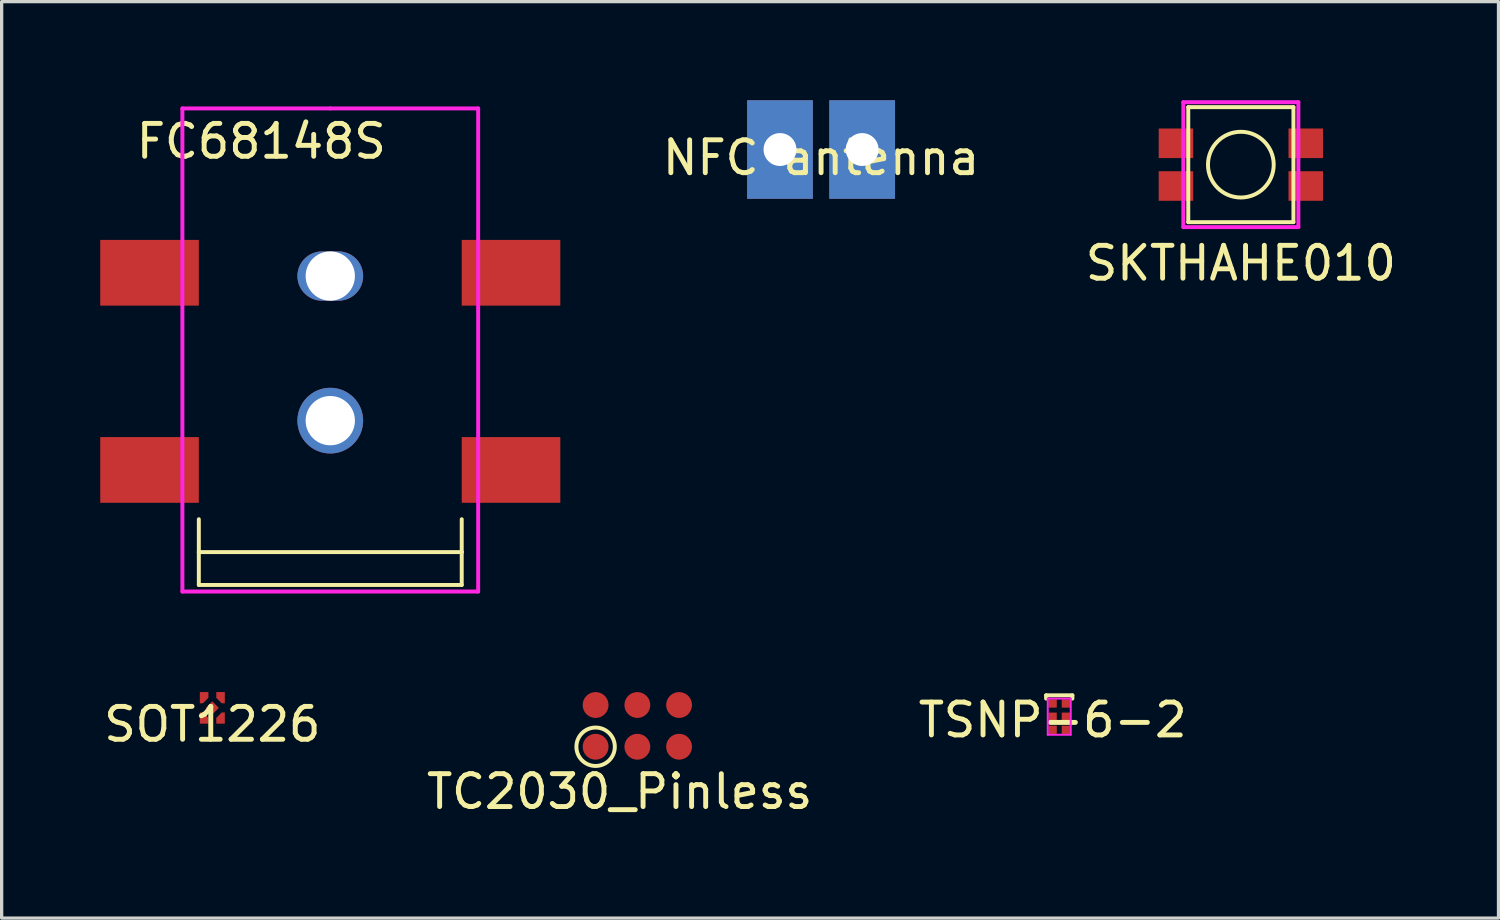
<source format=kicad_pcb>
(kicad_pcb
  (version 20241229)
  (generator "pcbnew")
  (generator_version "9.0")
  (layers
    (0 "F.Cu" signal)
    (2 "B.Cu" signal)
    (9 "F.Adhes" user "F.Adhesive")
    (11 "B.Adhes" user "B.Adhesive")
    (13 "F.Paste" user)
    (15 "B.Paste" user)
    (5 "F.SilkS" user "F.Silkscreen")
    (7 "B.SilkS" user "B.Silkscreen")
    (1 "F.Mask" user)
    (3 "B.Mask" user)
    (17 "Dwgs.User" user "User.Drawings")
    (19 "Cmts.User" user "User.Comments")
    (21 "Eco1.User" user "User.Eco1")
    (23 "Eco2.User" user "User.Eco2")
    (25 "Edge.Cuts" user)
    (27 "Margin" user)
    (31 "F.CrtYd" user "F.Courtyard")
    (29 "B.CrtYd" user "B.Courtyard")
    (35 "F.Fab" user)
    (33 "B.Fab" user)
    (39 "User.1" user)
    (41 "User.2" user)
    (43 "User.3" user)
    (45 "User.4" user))
  (footprint "FC68148S"
    (layer "F.Cu")
    (at 7 0.25)
    (property "Reference" "FC68148S" (at -2.1 1 180) (layer "F.SilkS") (effects (font (size 1 1) (thickness 0.15))))
    (attr through_hole)
    (fp_line (start -4 12.5) (end -4 13.5) (stroke (width 0.12) (type solid)) (layer "F.SilkS"))
    (fp_line (start -4 13.5) (end 4 13.5) (stroke (width 0.12) (type solid)) (layer "F.SilkS"))
    (fp_line (start -4 14.5) (end -4 13.5) (stroke (width 0.12) (type solid)) (layer "F.SilkS"))
    (fp_line (start 4 12.5) (end 4 13.5) (stroke (width 0.12) (type solid)) (layer "F.SilkS"))
    (fp_line (start 4 14.5) (end -4 14.5) (stroke (width 0.12) (type solid)) (layer "F.SilkS"))
    (fp_line (start 4 14.5) (end 4 13.5) (stroke (width 0.12) (type solid)) (layer "F.SilkS"))
    (fp_line (start -4.5 0) (end -4.5 14.7) (stroke (width 0.12) (type solid)) (layer "F.CrtYd"))
    (fp_line (start 0 0) (end -4.5 0) (stroke (width 0.12) (type solid)) (layer "F.CrtYd"))
    (fp_line (start 0 0) (end 4.5 0) (stroke (width 0.12) (type solid)) (layer "F.CrtYd"))
    (fp_line (start 4.5 0) (end 4.5 14.7) (stroke (width 0.12) (type solid)) (layer "F.CrtYd"))
    (fp_line (start 4.5 14.7) (end -4.5 14.7) (stroke (width 0.12) (type solid)) (layer "F.CrtYd"))
    (pad "" np_thru_hole oval (at 0 5.1) (size 2 1.5) (drill 1.5) (layers "*.Cu" "*.Mask"))
    (pad "" np_thru_hole circle (at 0 9.5) (size 2 2) (drill 1.5) (layers "*.Cu" "*.Mask"))
    (pad "1" smd rect (at 5.5 5) (size 3 2) (layers "F.Cu" "F.Mask" "F.Paste"))
    (pad "1" smd rect (at 5.5 11) (size 3 2) (layers "F.Cu" "F.Mask" "F.Paste"))
    (pad "2" smd rect (at -5.5 11) (size 3 2) (layers "F.Cu" "F.Mask" "F.Paste"))
    (pad "3" smd rect (at -5.5 5) (size 3 2) (layers "F.Cu" "F.Mask" "F.Paste")))
  (footprint "TSNP-6-2"
    (layer "F.Cu")
    (at 28.982 18.358)
    (property "Reference" "TSNP-6-2" (at 0 0.5 0) (layer "F.SilkS") (effects (font (size 1 1) (thickness 0.15))))
    (attr through_hole)
    (fp_line (start -0.2 -0.25) (end 0.6 -0.25) (stroke (width 0.12) (type solid)) (layer "F.SilkS"))
    (fp_line (start -0.2 -0.15) (end -0.2 -0.25) (stroke (width 0.12) (type solid)) (layer "F.SilkS"))
    (fp_line (start 0.6 -0.25) (end 0.6 -0.15) (stroke (width 0.12) (type solid)) (layer "F.SilkS"))
    (fp_line (start -0.15 0.95) (end -0.15 -0.15) (stroke (width 0.06) (type solid)) (layer "F.CrtYd"))
    (fp_line (start 0.55 -0.15) (end -0.15 -0.15) (stroke (width 0.06) (type solid)) (layer "F.CrtYd"))
    (fp_line (start 0.55 0.95) (end -0.15 0.95) (stroke (width 0.06) (type solid)) (layer "F.CrtYd"))
    (fp_line (start 0.55 0.95) (end 0.55 -0.15) (stroke (width 0.06) (type solid)) (layer "F.CrtYd"))
    (pad "1" smd rect (at 0 0) (size 0.25 0.25) (layers "F.Cu" "F.Mask" "F.Paste"))
    (pad "2" smd rect (at 0 0.4) (size 0.25 0.25) (layers "F.Cu" "F.Mask" "F.Paste"))
    (pad "3" smd rect (at 0 0.8) (size 0.25 0.25) (layers "F.Cu" "F.Mask" "F.Paste"))
    (pad "4" smd rect (at 0.4 0.8) (size 0.25 0.25) (layers "F.Cu" "F.Mask" "F.Paste"))
    (pad "5" smd rect (at 0.4 0.4) (size 0.25 0.25) (layers "F.Cu" "F.Mask" "F.Paste"))
    (pad "6" smd rect (at 0.4 0 90) (size 0.25 0.25) (layers "F.Cu" "F.Mask" "F.Paste")))
  (footprint "NFC antenna"
    (layer "F.Cu")
    (at 21.935 1.25)
    (property "Reference" "NFC antenna" (at 0 0.5 0) (layer "F.SilkS") (effects (font (size 1 1) (thickness 0.15))))
    (attr through_hole)
    (pad "1" thru_hole rect (at 1.25 0.25) (size 2 3) (drill 1) (layers "*.Cu" "*.Mask"))
    (pad "2" thru_hole rect (at -1.25 0.25) (size 2 3) (drill 1) (layers "*.Cu" "*.Mask")))
  (footprint "TC2030_Pinless"
    (layer "F.Cu")
    (at 13.804 19.038)
    (property "Reference" "TC2030_Pinless" (at 2 2 0) (layer "F.SilkS") (effects (font (size 1 1) (thickness 0.15))))
    (attr through_hole)
    (fp_circle (center 1.27 0.635) (end 1.854 0.66) (stroke (width 0.12) (type solid)) (fill no) (layer "F.SilkS"))
    (pad "1" smd circle (at 1.27 0.635) (size 0.787 0.787) (layers "F.Cu" "F.Mask" "F.Paste"))
    (pad "2" smd circle (at 1.27 -0.635) (size 0.787 0.787) (layers "F.Cu" "F.Mask" "F.Paste"))
    (pad "3" smd circle (at 2.54 0.635) (size 0.787 0.787) (layers "F.Cu" "F.Mask" "F.Paste"))
    (pad "4" smd circle (at 2.54 -0.635) (size 0.787 0.787) (layers "F.Cu" "F.Mask" "F.Paste"))
    (pad "5" smd circle (at 3.81 0.635) (size 0.787 0.787) (layers "F.Cu" "F.Mask" "F.Paste"))
    (pad "6" smd circle (at 3.81 -0.635) (size 0.787 0.787) (layers "F.Cu" "F.Mask" "F.Paste")))
  (footprint "SOT1226"
    (layer "F.Cu")
    (at 3.411 18.49)
    (property "Reference" "SOT1226" (at 0 0.5 0) (layer "F.SilkS") (effects (font (size 1 1) (thickness 0.15))))
    (attr through_hole)
    (pad "1" smd custom (at -0.25 -0.25 180) (size 0.1 0.1) (layers "F.Cu" "F.Mask" "F.Paste") (options (anchor circle)) (primitives (gr_poly (pts (xy 0.13 0.23) (xy -0.13 0.23) (xy -0.13 0.055) (xy 0.035 -0.11) (xy 0.13 -0.11)) (width 0) (fill yes))))
    (pad "2" smd custom (at -0.25 0.25) (size 0.1 0.1) (layers "F.Cu" "F.Mask" "F.Paste") (options (anchor circle)) (primitives (gr_poly (pts (xy -0.13 0.23) (xy 0.13 0.23) (xy 0.13 0.055) (xy -0.035 -0.11) (xy -0.13 -0.11)) (width 0) (fill yes))))
    (pad "3" smd rect (at 0 0 45) (size 0.28 0.28) (layers "F.Cu" "F.Mask" "F.Paste"))
    (pad "4" smd custom (at 0.25 0.25) (size 0.1 0.1) (layers "F.Cu" "F.Mask" "F.Paste") (options (anchor circle)) (primitives (gr_poly (pts (xy 0.13 0.23) (xy -0.13 0.23) (xy -0.13 0.055) (xy 0.035 -0.11) (xy 0.13 -0.11)) (width 0) (fill yes))))
    (pad "5" smd custom (at 0.25 -0.25 180) (size 0.1 0.1) (layers "F.Cu" "F.Mask" "F.Paste") (options (anchor circle)) (primitives (gr_poly (pts (xy -0.13 0.23) (xy 0.13 0.23) (xy 0.13 0.055) (xy -0.035 -0.11) (xy -0.13 -0.11)) (width 0) (fill yes)))))
  (footprint "SKTHAHE010"
    (layer "F.Cu")
    (at 34.708 1.96)
    (property "Reference" "SKTHAHE010" (at 0 3 0) (layer "F.SilkS") (effects (font (size 1 1) (thickness 0.15))))
    (attr through_hole)
    (fp_line (start -1.6 -1.75) (end 1.6 -1.75) (stroke (width 0.12) (type solid)) (layer "F.SilkS"))
    (fp_line (start -1.6 1.75) (end -1.6 -1.75) (stroke (width 0.12) (type solid)) (layer "F.SilkS"))
    (fp_line (start 1.6 -1.75) (end 1.6 1.75) (stroke (width 0.12) (type solid)) (layer "F.SilkS"))
    (fp_line (start 1.6 1.75) (end -1.6 1.75) (stroke (width 0.12) (type solid)) (layer "F.SilkS"))
    (fp_circle (center 0 0) (end 1 0) (stroke (width 0.12) (type solid)) (fill no) (layer "F.SilkS"))
    (fp_line (start -1.75 -1.9) (end 1.75 -1.9) (stroke (width 0.12) (type solid)) (layer "F.CrtYd"))
    (fp_line (start -1.75 1.9) (end -1.75 -1.9) (stroke (width 0.12) (type solid)) (layer "F.CrtYd"))
    (fp_line (start 1.75 -1.9) (end 1.75 1.9) (stroke (width 0.12) (type solid)) (layer "F.CrtYd"))
    (fp_line (start 1.75 1.9) (end -1.75 1.9) (stroke (width 0.12) (type solid)) (layer "F.CrtYd"))
    (pad "1" smd rect (at -1.975 0.65) (size 1.05 0.9) (layers "F.Cu" "F.Mask" "F.Paste"))
    (pad "1" smd rect (at 1.975 0.65 90) (size 0.9 1.05) (layers "F.Cu" "F.Mask" "F.Paste"))
    (pad "2" smd rect (at -1.975 -0.65) (size 1.05 0.9) (layers "F.Cu" "F.Mask" "F.Paste"))
    (pad "2" smd rect (at 1.975 -0.65 90) (size 0.9 1.05) (layers "F.Cu" "F.Mask" "F.Paste")))
  (gr_rect
    (start -3 -3)
    (end 42.548 24.887)
    (stroke (width 0.1) (type default))
    (fill no)
    (layer "Edge.Cuts")))
</source>
